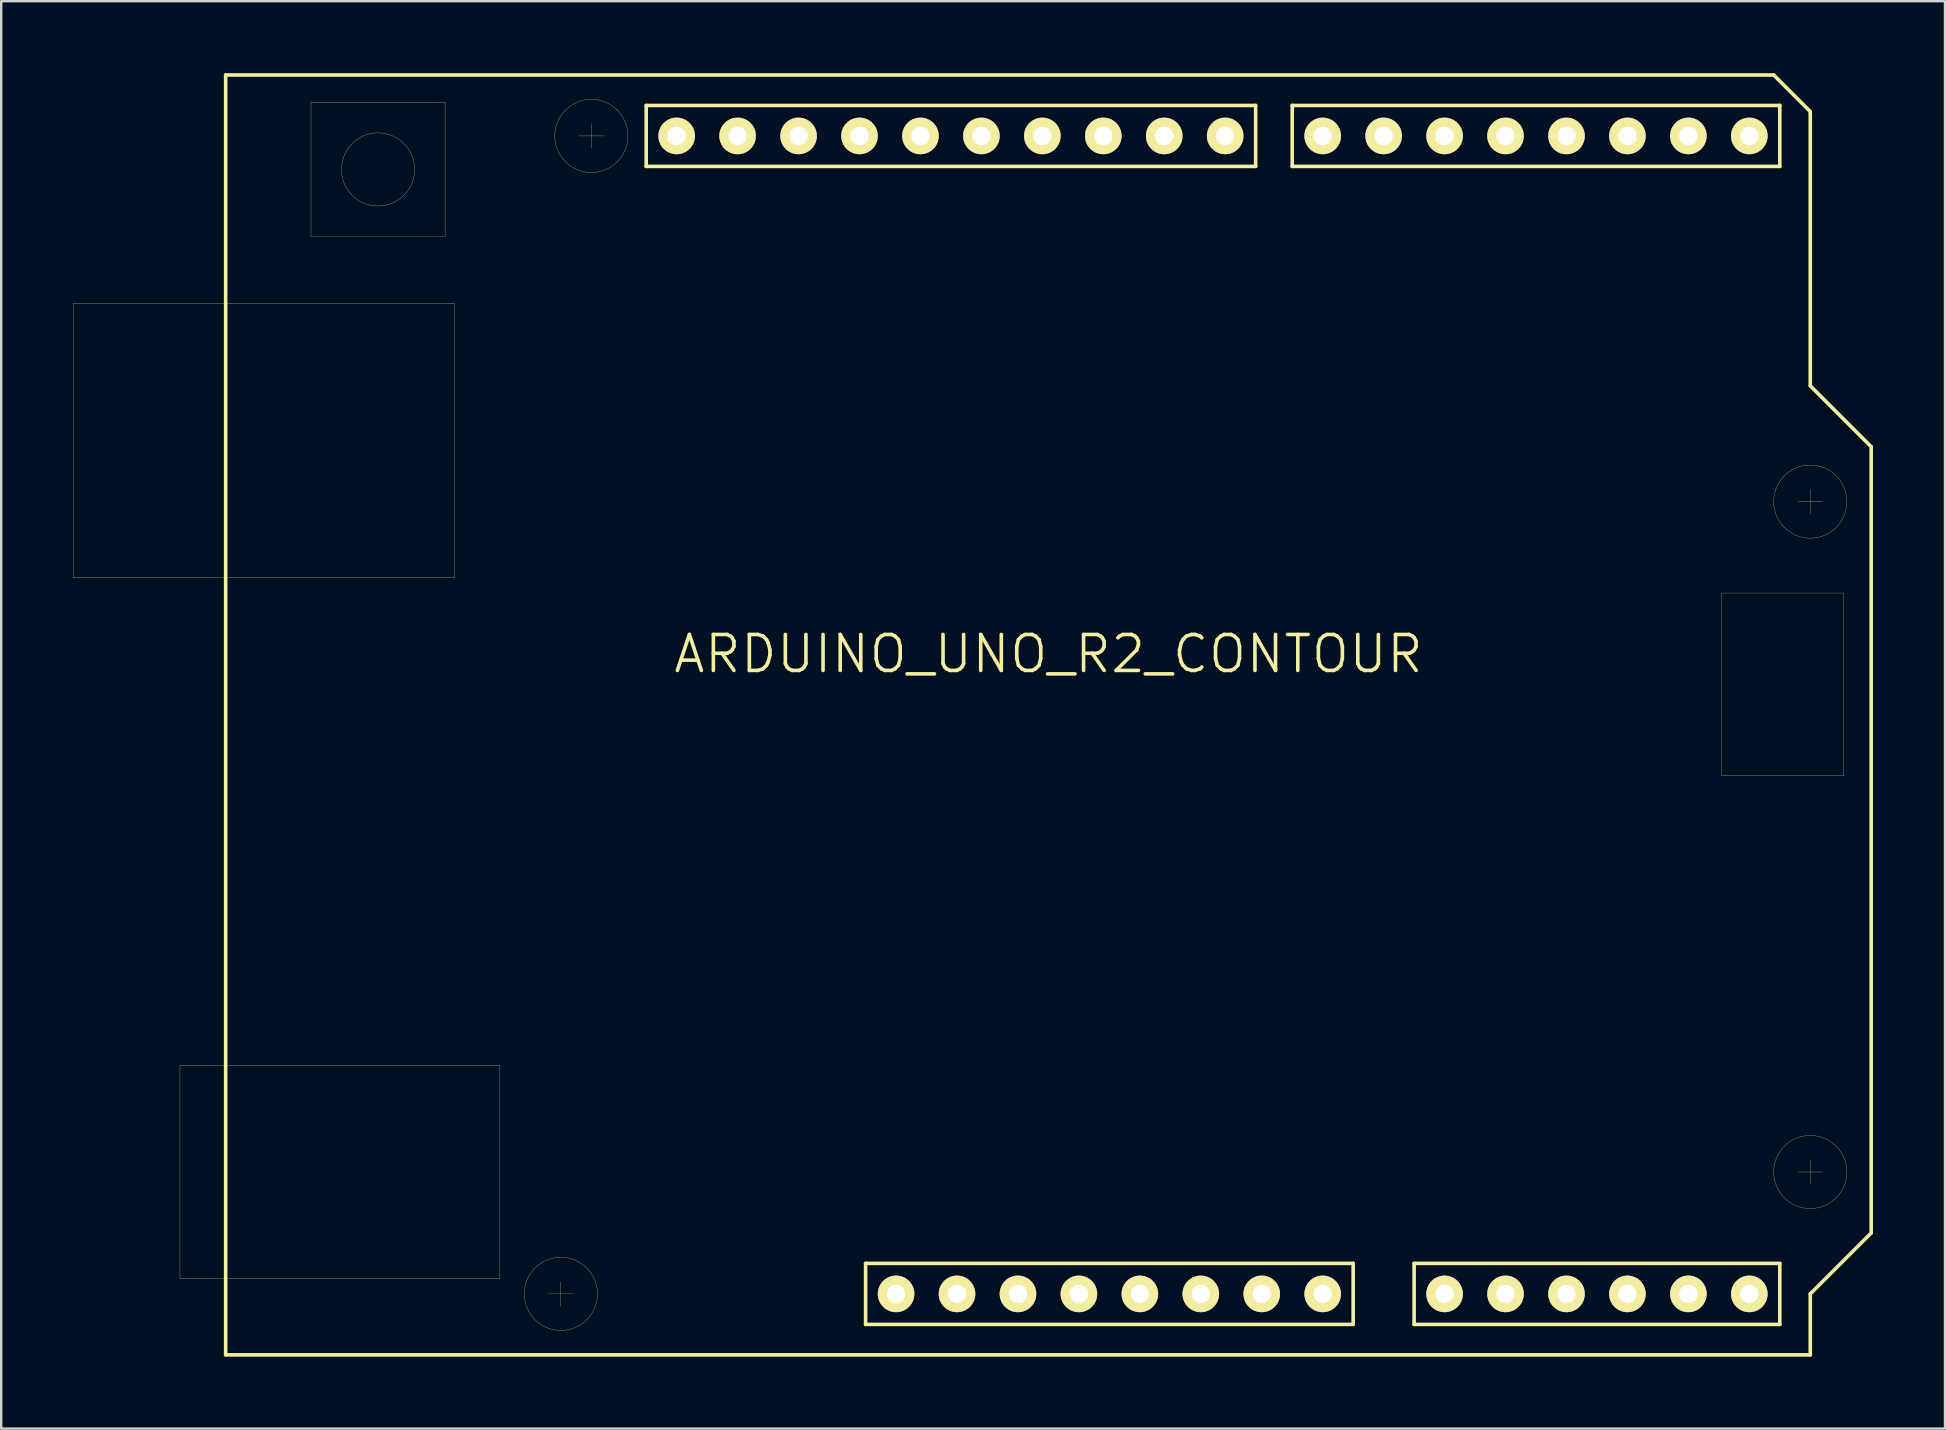
<source format=kicad_pcb>
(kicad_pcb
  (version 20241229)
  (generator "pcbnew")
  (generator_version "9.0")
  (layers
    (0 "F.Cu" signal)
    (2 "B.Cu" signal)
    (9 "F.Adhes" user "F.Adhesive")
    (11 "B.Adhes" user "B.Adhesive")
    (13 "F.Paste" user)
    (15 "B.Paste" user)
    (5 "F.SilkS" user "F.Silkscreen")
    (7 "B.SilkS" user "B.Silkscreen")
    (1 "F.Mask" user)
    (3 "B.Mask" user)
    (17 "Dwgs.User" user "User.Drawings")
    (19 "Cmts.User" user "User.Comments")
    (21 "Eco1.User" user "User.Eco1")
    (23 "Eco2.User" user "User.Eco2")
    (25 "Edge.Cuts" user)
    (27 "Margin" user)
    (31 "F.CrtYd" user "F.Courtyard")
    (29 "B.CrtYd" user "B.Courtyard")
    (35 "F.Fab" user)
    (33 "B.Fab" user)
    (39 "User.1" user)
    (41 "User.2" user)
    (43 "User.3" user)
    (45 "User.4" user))
  (footprint "ARDUINO_UNO_R2_CONTOUR"
    (layer "F.Cu")
    (at 40.645 26.745)
    (property "Reference" "ARDUINO_UNO_R2_CONTOUR" (at 0 -2.54 0) (layer "F.SilkS") (effects (font (size 1.5 1.5) (thickness 0.15))))
    (attr through_hole)
    (fp_line (start -40.64 -17.145) (end -24.765 -17.145) (stroke (width 0.01) (type solid)) (layer "F.SilkS"))
    (fp_line (start -40.64 -5.715) (end -40.64 -17.145) (stroke (width 0.01) (type solid)) (layer "F.SilkS"))
    (fp_line (start -36.195 14.605) (end -22.86 14.605) (stroke (width 0.01) (type solid)) (layer "F.SilkS"))
    (fp_line (start -36.195 23.495) (end -36.195 14.605) (stroke (width 0.01) (type solid)) (layer "F.SilkS"))
    (fp_line (start -34.29 -26.67) (end 30.226 -26.67) (stroke (width 0.15) (type solid)) (layer "F.SilkS"))
    (fp_line (start -34.29 26.67) (end -34.29 -26.67) (stroke (width 0.15) (type solid)) (layer "F.SilkS"))
    (fp_line (start -30.734 -25.527) (end -25.146 -25.527) (stroke (width 0.01) (type solid)) (layer "F.SilkS"))
    (fp_line (start -30.734 -19.939) (end -30.734 -25.527) (stroke (width 0.01) (type solid)) (layer "F.SilkS"))
    (fp_line (start -25.146 -25.527) (end -25.146 -19.939) (stroke (width 0.01) (type solid)) (layer "F.SilkS"))
    (fp_line (start -25.146 -19.939) (end -30.734 -19.939) (stroke (width 0.01) (type solid)) (layer "F.SilkS"))
    (fp_line (start -24.765 -17.145) (end -24.765 -5.715) (stroke (width 0.01) (type solid)) (layer "F.SilkS"))
    (fp_line (start -24.765 -5.715) (end -40.64 -5.715) (stroke (width 0.01) (type solid)) (layer "F.SilkS"))
    (fp_line (start -22.86 14.605) (end -22.86 23.495) (stroke (width 0.01) (type solid)) (layer "F.SilkS"))
    (fp_line (start -22.86 23.495) (end -36.195 23.495) (stroke (width 0.01) (type solid)) (layer "F.SilkS"))
    (fp_line (start -20.828 24.13) (end -19.812 24.13) (stroke (width 0.01) (type solid)) (layer "F.SilkS"))
    (fp_line (start -20.32 23.622) (end -20.32 24.638) (stroke (width 0.01) (type solid)) (layer "F.SilkS"))
    (fp_line (start -19.558 -24.13) (end -18.542 -24.13) (stroke (width 0.01) (type solid)) (layer "F.SilkS"))
    (fp_line (start -19.05 -24.638) (end -19.05 -23.622) (stroke (width 0.01) (type solid)) (layer "F.SilkS"))
    (fp_line (start -16.764 -25.4) (end 8.636 -25.4) (stroke (width 0.15) (type solid)) (layer "F.SilkS"))
    (fp_line (start -16.764 -22.86) (end -16.764 -25.4) (stroke (width 0.15) (type solid)) (layer "F.SilkS"))
    (fp_line (start -7.62 22.86) (end 12.7 22.86) (stroke (width 0.15) (type solid)) (layer "F.SilkS"))
    (fp_line (start -7.62 25.4) (end -7.62 22.86) (stroke (width 0.15) (type solid)) (layer "F.SilkS"))
    (fp_line (start 8.636 -25.4) (end 8.636 -22.86) (stroke (width 0.15) (type solid)) (layer "F.SilkS"))
    (fp_line (start 8.636 -22.86) (end -16.764 -22.86) (stroke (width 0.15) (type solid)) (layer "F.SilkS"))
    (fp_line (start 10.16 -25.4) (end 30.48 -25.4) (stroke (width 0.15) (type solid)) (layer "F.SilkS"))
    (fp_line (start 10.16 -22.86) (end 10.16 -25.4) (stroke (width 0.15) (type solid)) (layer "F.SilkS"))
    (fp_line (start 12.7 22.86) (end 12.7 25.4) (stroke (width 0.15) (type solid)) (layer "F.SilkS"))
    (fp_line (start 12.7 25.4) (end -7.62 25.4) (stroke (width 0.15) (type solid)) (layer "F.SilkS"))
    (fp_line (start 15.24 22.86) (end 30.48 22.86) (stroke (width 0.15) (type solid)) (layer "F.SilkS"))
    (fp_line (start 15.24 25.4) (end 15.24 22.86) (stroke (width 0.15) (type solid)) (layer "F.SilkS"))
    (fp_line (start 28.067 -5.08) (end 28.067 2.54) (stroke (width 0.01) (type solid)) (layer "F.SilkS"))
    (fp_line (start 28.067 -5.08) (end 33.147 -5.08) (stroke (width 0.01) (type solid)) (layer "F.SilkS"))
    (fp_line (start 28.067 2.54) (end 33.147 2.54) (stroke (width 0.01) (type solid)) (layer "F.SilkS"))
    (fp_line (start 30.48 -25.4) (end 30.48 -22.86) (stroke (width 0.15) (type solid)) (layer "F.SilkS"))
    (fp_line (start 30.48 -22.86) (end 10.16 -22.86) (stroke (width 0.15) (type solid)) (layer "F.SilkS"))
    (fp_line (start 30.48 22.86) (end 30.48 25.4) (stroke (width 0.15) (type solid)) (layer "F.SilkS"))
    (fp_line (start 30.48 25.4) (end 15.24 25.4) (stroke (width 0.15) (type solid)) (layer "F.SilkS"))
    (fp_line (start 31.242 19.05) (end 32.258 19.05) (stroke (width 0.01) (type solid)) (layer "F.SilkS"))
    (fp_line (start 31.75 -25.146) (end 30.226 -26.67) (stroke (width 0.15) (type solid)) (layer "F.SilkS"))
    (fp_line (start 31.75 -25.146) (end 31.75 -13.716) (stroke (width 0.15) (type solid)) (layer "F.SilkS"))
    (fp_line (start 31.75 -13.716) (end 34.29 -11.176) (stroke (width 0.15) (type solid)) (layer "F.SilkS"))
    (fp_line (start 31.75 -9.398) (end 31.75 -8.382) (stroke (width 0.01) (type solid)) (layer "F.SilkS"))
    (fp_line (start 31.75 18.542) (end 31.75 19.558) (stroke (width 0.01) (type solid)) (layer "F.SilkS"))
    (fp_line (start 31.75 24.13) (end 31.75 26.67) (stroke (width 0.15) (type solid)) (layer "F.SilkS"))
    (fp_line (start 31.75 26.67) (end -34.29 26.67) (stroke (width 0.15) (type solid)) (layer "F.SilkS"))
    (fp_line (start 32.258 -8.89) (end 31.242 -8.89) (stroke (width 0.01) (type solid)) (layer "F.SilkS"))
    (fp_line (start 33.147 -5.08) (end 33.147 2.54) (stroke (width 0.01) (type solid)) (layer "F.SilkS"))
    (fp_line (start 34.29 -11.176) (end 34.29 21.59) (stroke (width 0.15) (type solid)) (layer "F.SilkS"))
    (fp_line (start 34.29 21.59) (end 31.75 24.13) (stroke (width 0.15) (type solid)) (layer "F.SilkS"))
    (fp_circle (center -27.94 -22.733) (end -29.464 -22.733) (stroke (width 0.01) (type solid)) (fill no) (layer "F.SilkS"))
    (fp_circle (center -20.32 24.13) (end -18.796 24.13) (stroke (width 0.01) (type solid)) (fill no) (layer "F.SilkS"))
    (fp_circle (center -19.05 -24.13) (end -17.526 -24.13) (stroke (width 0.01) (type solid)) (fill no) (layer "F.SilkS"))
    (fp_circle (center 31.75 -8.89) (end 33.274 -8.89) (stroke (width 0.01) (type solid)) (fill no) (layer "F.SilkS"))
    (fp_circle (center 31.75 19.05) (end 33.274 19.05) (stroke (width 0.01) (type solid)) (fill no) (layer "F.SilkS"))
    (pad "0" thru_hole circle (at 29.21 -24.13) (size 1.524 1.524) (drill 0.762) (layers "*.Cu" "*.Mask" "F.SilkS"))
    (pad "1" thru_hole circle (at 26.67 -24.13) (size 1.524 1.524) (drill 0.762) (layers "*.Cu" "*.Mask" "F.SilkS"))
    (pad "2" thru_hole circle (at 24.13 -24.13) (size 1.524 1.524) (drill 0.762) (layers "*.Cu" "*.Mask" "F.SilkS"))
    (pad "3" thru_hole circle (at 21.59 -24.13) (size 1.524 1.524) (drill 0.762) (layers "*.Cu" "*.Mask" "F.SilkS"))
    (pad "3V3" thru_hole circle (at 1.27 24.13) (size 1.524 1.524) (drill 0.762) (layers "*.Cu" "*.Mask" "F.SilkS"))
    (pad "4" thru_hole circle (at 19.05 -24.13) (size 1.524 1.524) (drill 0.762) (layers "*.Cu" "*.Mask" "F.SilkS"))
    (pad "5" thru_hole circle (at 16.51 -24.13) (size 1.524 1.524) (drill 0.762) (layers "*.Cu" "*.Mask" "F.SilkS"))
    (pad "5V" thru_hole circle (at 3.81 24.13) (size 1.524 1.524) (drill 0.762) (layers "*.Cu" "*.Mask" "F.SilkS"))
    (pad "6" thru_hole circle (at 13.97 -24.13) (size 1.524 1.524) (drill 0.762) (layers "*.Cu" "*.Mask" "F.SilkS"))
    (pad "7" thru_hole circle (at 11.43 -24.13) (size 1.524 1.524) (drill 0.762) (layers "*.Cu" "*.Mask" "F.SilkS"))
    (pad "8" thru_hole circle (at 7.366 -24.13) (size 1.524 1.524) (drill 0.762) (layers "*.Cu" "*.Mask" "F.SilkS"))
    (pad "9" thru_hole circle (at 4.826 -24.13) (size 1.524 1.524) (drill 0.762) (layers "*.Cu" "*.Mask" "F.SilkS"))
    (pad "10" thru_hole circle (at 2.286 -24.13) (size 1.524 1.524) (drill 0.762) (layers "*.Cu" "*.Mask" "F.SilkS"))
    (pad "11" thru_hole circle (at -0.254 -24.13) (size 1.524 1.524) (drill 0.762) (layers "*.Cu" "*.Mask" "F.SilkS"))
    (pad "12" thru_hole circle (at -2.794 -24.13) (size 1.524 1.524) (drill 0.762) (layers "*.Cu" "*.Mask" "F.SilkS"))
    (pad "13" thru_hole circle (at -5.334 -24.13) (size 1.524 1.524) (drill 0.762) (layers "*.Cu" "*.Mask" "F.SilkS"))
    (pad "A0" thru_hole circle (at 16.51 24.13) (size 1.524 1.524) (drill 0.762) (layers "*.Cu" "*.Mask" "F.SilkS"))
    (pad "A1" thru_hole circle (at 19.05 24.13) (size 1.524 1.524) (drill 0.762) (layers "*.Cu" "*.Mask" "F.SilkS"))
    (pad "A2" thru_hole circle (at 21.59 24.13) (size 1.524 1.524) (drill 0.762) (layers "*.Cu" "*.Mask" "F.SilkS"))
    (pad "A3" thru_hole circle (at 24.13 24.13) (size 1.524 1.524) (drill 0.762) (layers "*.Cu" "*.Mask" "F.SilkS"))
    (pad "A4/1" thru_hole circle (at 26.67 24.13) (size 1.524 1.524) (drill 0.762) (layers "*.Cu" "*.Mask" "F.SilkS"))
    (pad "A4/2" thru_hole circle (at -12.954 -24.13) (size 1.524 1.524) (drill 0.762) (layers "*.Cu" "*.Mask" "F.SilkS"))
    (pad "A5/1" thru_hole circle (at 29.21 24.13) (size 1.524 1.524) (drill 0.762) (layers "*.Cu" "*.Mask" "F.SilkS"))
    (pad "A5/2" thru_hole circle (at -15.494 -24.13) (size 1.524 1.524) (drill 0.762) (layers "*.Cu" "*.Mask" "F.SilkS"))
    (pad "AREF" thru_hole circle (at -10.414 -24.13) (size 1.524 1.524) (drill 0.762) (layers "*.Cu" "*.Mask" "F.SilkS"))
    (pad "GND1" thru_hole circle (at 6.35 24.13) (size 1.524 1.524) (drill 0.762) (layers "*.Cu" "*.Mask" "F.SilkS"))
    (pad "GND2" thru_hole circle (at 8.89 24.13) (size 1.524 1.524) (drill 0.762) (layers "*.Cu" "*.Mask" "F.SilkS"))
    (pad "GND3" thru_hole circle (at -7.874 -24.13) (size 1.524 1.524) (drill 0.762) (layers "*.Cu" "*.Mask" "F.SilkS"))
    (pad "IREF" thru_hole circle (at -3.81 24.13) (size 1.524 1.524) (drill 0.762) (layers "*.Cu" "*.Mask" "F.SilkS"))
    (pad "NC" thru_hole circle (at -6.35 24.13) (size 1.524 1.524) (drill 0.762) (layers "*.Cu" "*.Mask" "F.SilkS"))
    (pad "RST" thru_hole circle (at -1.27 24.13) (size 1.524 1.524) (drill 0.762) (layers "*.Cu" "*.Mask" "F.SilkS"))
    (pad "VIN" thru_hole circle (at 11.43 24.13) (size 1.524 1.524) (drill 0.762) (layers "*.Cu" "*.Mask" "F.SilkS")))
  (gr_rect
    (start -3 -3)
    (end 78.01 56.49)
    (stroke (width 0.1) (type default))
    (fill no)
    (layer "Edge.Cuts")))
</source>
